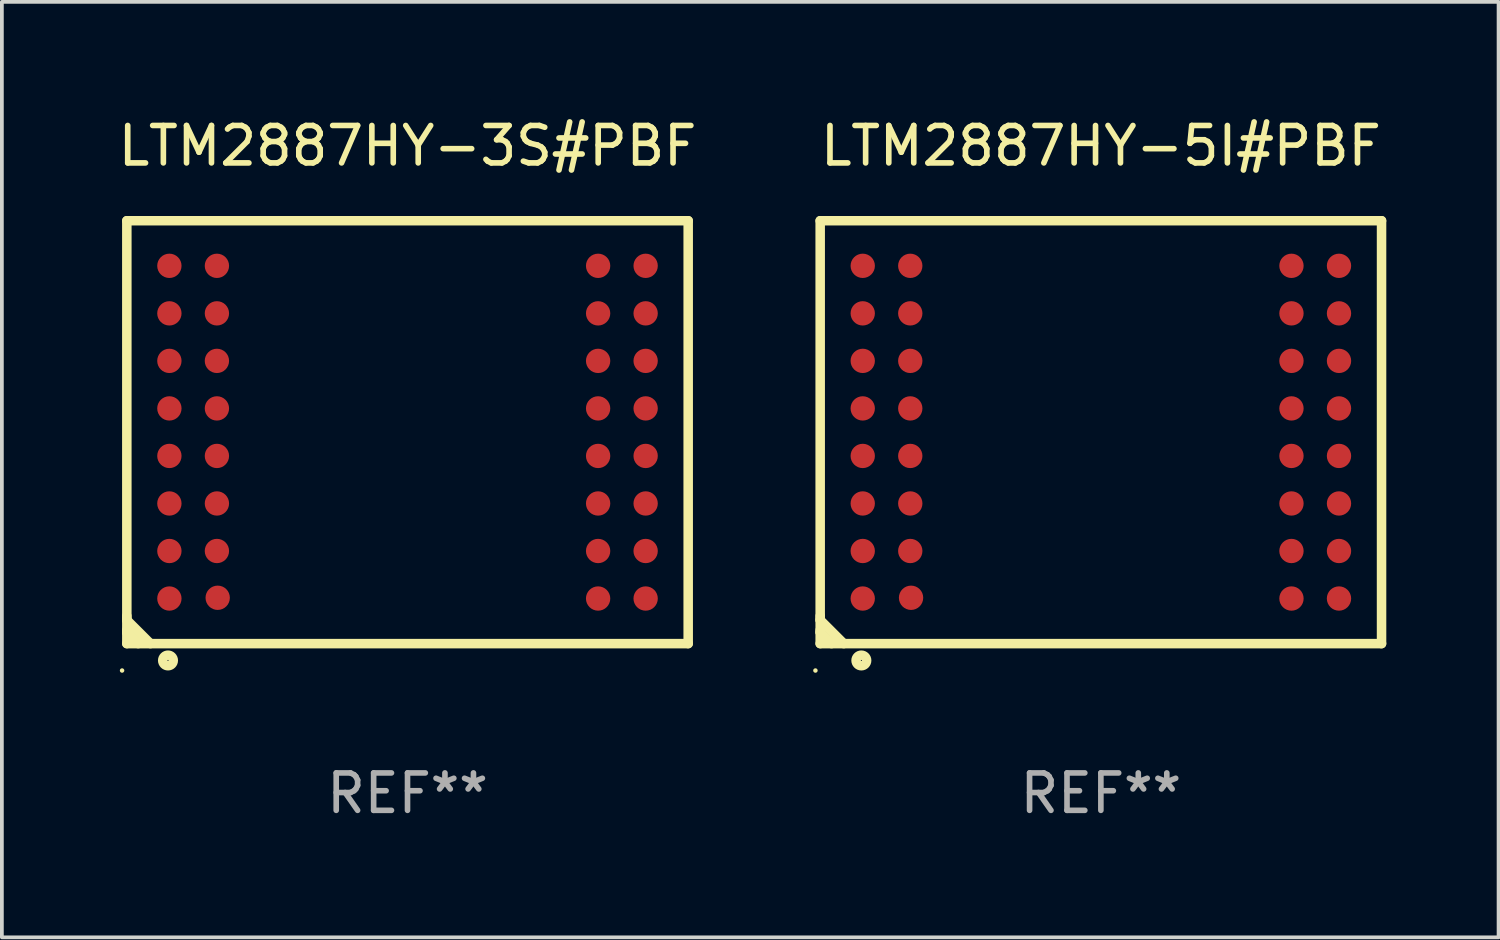
<source format=kicad_pcb>
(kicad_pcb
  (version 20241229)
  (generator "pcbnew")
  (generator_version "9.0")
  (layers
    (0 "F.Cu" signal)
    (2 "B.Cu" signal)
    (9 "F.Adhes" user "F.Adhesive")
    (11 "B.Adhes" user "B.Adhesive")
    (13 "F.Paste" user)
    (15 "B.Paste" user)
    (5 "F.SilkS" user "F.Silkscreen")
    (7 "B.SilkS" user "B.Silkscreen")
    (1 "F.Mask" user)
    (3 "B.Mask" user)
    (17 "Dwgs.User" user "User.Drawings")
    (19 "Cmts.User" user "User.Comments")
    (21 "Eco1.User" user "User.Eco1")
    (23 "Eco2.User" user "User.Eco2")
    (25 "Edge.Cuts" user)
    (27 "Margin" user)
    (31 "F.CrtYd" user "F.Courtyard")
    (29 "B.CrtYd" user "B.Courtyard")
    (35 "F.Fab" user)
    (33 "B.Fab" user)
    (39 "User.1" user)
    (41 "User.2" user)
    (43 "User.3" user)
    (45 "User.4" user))
  (footprint "LTM2887HY-3S#PBF"
    (layer "F.Cu")
    (at 7.839 8.498)
    (property "Reference" "LTM2887HY-3S#PBF" (at 0 -7.65 0) (layer "F.SilkS") (effects (font (size 1 1) (thickness 0.15))))
    (attr through_hole)
    (fp_line (start -7.5 -5.65) (end -7.5 5.65) (stroke (width 0.254) (type solid)) (layer "F.SilkS"))
    (fp_line (start -7.5 -5.65) (end 7.5 -5.65) (stroke (width 0.254) (type solid)) (layer "F.SilkS"))
    (fp_line (start -7.5 4.911) (end -7.5 5.02) (stroke (width 0.254) (type solid)) (layer "F.SilkS"))
    (fp_line (start -7.5 5.02) (end -6.87 5.65) (stroke (width 0.254) (type solid)) (layer "F.SilkS"))
    (fp_line (start -7.5 5.286) (end -7.5 5.347) (stroke (width 0.254) (type solid)) (layer "F.SilkS"))
    (fp_line (start -7.5 5.347) (end -7.197 5.65) (stroke (width 0.254) (type solid)) (layer "F.SilkS"))
    (fp_line (start -7.5 5.65) (end 7.5 5.65) (stroke (width 0.254) (type solid)) (layer "F.SilkS"))
    (fp_line (start 7.5 -5.65) (end 7.5 5.65) (stroke (width 0.254) (type solid)) (layer "F.SilkS"))
    (fp_circle (center -7.627 6.369) (end -7.597 6.369) (stroke (width 0.06) (type solid)) (fill no) (layer "F.SilkS"))
    (fp_circle (center -6.4 6.1) (end -6.259 6.1) (stroke (width 0.254) (type solid)) (fill no) (layer "F.SilkS"))
    (fp_text user "REF**" (at 0 9.65 0) (layer "F.Fab") (effects (font (size 1 1) (thickness 0.15))))
    (pad "A1" smd circle (at -6.363 4.445) (size 0.65 0.65) (layers "F.Cu" "F.Mask" "F.Paste"))
    (pad "A2" smd circle (at -6.363 3.175) (size 0.65 0.65) (layers "F.Cu" "F.Mask" "F.Paste"))
    (pad "A3" smd circle (at -6.363 1.905) (size 0.65 0.65) (layers "F.Cu" "F.Mask" "F.Paste"))
    (pad "A4" smd circle (at -6.363 0.635) (size 0.65 0.65) (layers "F.Cu" "F.Mask" "F.Paste"))
    (pad "A5" smd circle (at -6.363 -0.635) (size 0.65 0.65) (layers "F.Cu" "F.Mask" "F.Paste"))
    (pad "A6" smd circle (at -6.363 -1.905) (size 0.65 0.65) (layers "F.Cu" "F.Mask" "F.Paste"))
    (pad "A7" smd circle (at -6.363 -3.175) (size 0.65 0.65) (layers "F.Cu" "F.Mask" "F.Paste"))
    (pad "A8" smd circle (at -6.363 -4.445) (size 0.65 0.65) (layers "F.Cu" "F.Mask" "F.Paste"))
    (pad "B1" smd circle (at -5.072 4.425) (size 0.65 0.65) (layers "F.Cu" "F.Mask" "F.Paste"))
    (pad "B2" smd circle (at -5.093 3.175) (size 0.65 0.65) (layers "F.Cu" "F.Mask" "F.Paste"))
    (pad "B3" smd circle (at -5.093 1.905) (size 0.65 0.65) (layers "F.Cu" "F.Mask" "F.Paste"))
    (pad "B4" smd circle (at -5.093 0.635) (size 0.65 0.65) (layers "F.Cu" "F.Mask" "F.Paste"))
    (pad "B5" smd circle (at -5.093 -0.635) (size 0.65 0.65) (layers "F.Cu" "F.Mask" "F.Paste"))
    (pad "B6" smd circle (at -5.093 -1.905) (size 0.65 0.65) (layers "F.Cu" "F.Mask" "F.Paste"))
    (pad "B7" smd circle (at -5.093 -3.175) (size 0.65 0.65) (layers "F.Cu" "F.Mask" "F.Paste"))
    (pad "B8" smd circle (at -5.093 -4.445) (size 0.65 0.65) (layers "F.Cu" "F.Mask" "F.Paste"))
    (pad "K1" smd circle (at 5.093 4.445) (size 0.65 0.65) (layers "F.Cu" "F.Mask" "F.Paste"))
    (pad "K2" smd circle (at 5.093 3.175) (size 0.65 0.65) (layers "F.Cu" "F.Mask" "F.Paste"))
    (pad "K3" smd circle (at 5.093 1.905) (size 0.65 0.65) (layers "F.Cu" "F.Mask" "F.Paste"))
    (pad "K4" smd circle (at 5.093 0.635) (size 0.65 0.65) (layers "F.Cu" "F.Mask" "F.Paste"))
    (pad "K5" smd circle (at 5.093 -0.635) (size 0.65 0.65) (layers "F.Cu" "F.Mask" "F.Paste"))
    (pad "K6" smd circle (at 5.093 -1.905) (size 0.65 0.65) (layers "F.Cu" "F.Mask" "F.Paste"))
    (pad "K7" smd circle (at 5.093 -3.175) (size 0.65 0.65) (layers "F.Cu" "F.Mask" "F.Paste"))
    (pad "K8" smd circle (at 5.093 -4.445) (size 0.65 0.65) (layers "F.Cu" "F.Mask" "F.Paste"))
    (pad "L1" smd circle (at 6.363 4.445) (size 0.65 0.65) (layers "F.Cu" "F.Mask" "F.Paste"))
    (pad "L2" smd circle (at 6.363 3.175) (size 0.65 0.65) (layers "F.Cu" "F.Mask" "F.Paste"))
    (pad "L3" smd circle (at 6.363 1.905) (size 0.65 0.65) (layers "F.Cu" "F.Mask" "F.Paste"))
    (pad "L4" smd circle (at 6.363 0.635) (size 0.65 0.65) (layers "F.Cu" "F.Mask" "F.Paste"))
    (pad "L5" smd circle (at 6.363 -0.635) (size 0.65 0.65) (layers "F.Cu" "F.Mask" "F.Paste"))
    (pad "L6" smd circle (at 6.363 -1.905) (size 0.65 0.65) (layers "F.Cu" "F.Mask" "F.Paste"))
    (pad "L7" smd circle (at 6.363 -3.175) (size 0.65 0.65) (layers "F.Cu" "F.Mask" "F.Paste"))
    (pad "L8" smd circle (at 6.363 -4.445) (size 0.65 0.65) (layers "F.Cu" "F.Mask" "F.Paste")))
  (footprint "LTM2887HY-5I#PBF"
    (layer "F.Cu")
    (at 26.366 8.498)
    (property "Reference" "LTM2887HY-5I#PBF" (at 0 -7.65 0) (layer "F.SilkS") (effects (font (size 1 1) (thickness 0.15))))
    (attr through_hole)
    (fp_line (start -7.5 -5.65) (end -7.5 5.65) (stroke (width 0.254) (type solid)) (layer "F.SilkS"))
    (fp_line (start -7.5 -5.65) (end 7.5 -5.65) (stroke (width 0.254) (type solid)) (layer "F.SilkS"))
    (fp_line (start -7.5 4.911) (end -7.5 5.02) (stroke (width 0.254) (type solid)) (layer "F.SilkS"))
    (fp_line (start -7.5 5.02) (end -6.87 5.65) (stroke (width 0.254) (type solid)) (layer "F.SilkS"))
    (fp_line (start -7.5 5.286) (end -7.5 5.347) (stroke (width 0.254) (type solid)) (layer "F.SilkS"))
    (fp_line (start -7.5 5.347) (end -7.197 5.65) (stroke (width 0.254) (type solid)) (layer "F.SilkS"))
    (fp_line (start -7.5 5.65) (end 7.5 5.65) (stroke (width 0.254) (type solid)) (layer "F.SilkS"))
    (fp_line (start 7.5 -5.65) (end 7.5 5.65) (stroke (width 0.254) (type solid)) (layer "F.SilkS"))
    (fp_circle (center -7.627 6.369) (end -7.597 6.369) (stroke (width 0.06) (type solid)) (fill no) (layer "F.SilkS"))
    (fp_circle (center -6.4 6.1) (end -6.259 6.1) (stroke (width 0.254) (type solid)) (fill no) (layer "F.SilkS"))
    (fp_text user "REF**" (at 0 9.65 0) (layer "F.Fab") (effects (font (size 1 1) (thickness 0.15))))
    (pad "A1" smd circle (at -6.363 4.445) (size 0.65 0.65) (layers "F.Cu" "F.Mask" "F.Paste"))
    (pad "A2" smd circle (at -6.363 3.175) (size 0.65 0.65) (layers "F.Cu" "F.Mask" "F.Paste"))
    (pad "A3" smd circle (at -6.363 1.905) (size 0.65 0.65) (layers "F.Cu" "F.Mask" "F.Paste"))
    (pad "A4" smd circle (at -6.363 0.635) (size 0.65 0.65) (layers "F.Cu" "F.Mask" "F.Paste"))
    (pad "A5" smd circle (at -6.363 -0.635) (size 0.65 0.65) (layers "F.Cu" "F.Mask" "F.Paste"))
    (pad "A6" smd circle (at -6.363 -1.905) (size 0.65 0.65) (layers "F.Cu" "F.Mask" "F.Paste"))
    (pad "A7" smd circle (at -6.363 -3.175) (size 0.65 0.65) (layers "F.Cu" "F.Mask" "F.Paste"))
    (pad "A8" smd circle (at -6.363 -4.445) (size 0.65 0.65) (layers "F.Cu" "F.Mask" "F.Paste"))
    (pad "B1" smd circle (at -5.072 4.425) (size 0.65 0.65) (layers "F.Cu" "F.Mask" "F.Paste"))
    (pad "B2" smd circle (at -5.093 3.175) (size 0.65 0.65) (layers "F.Cu" "F.Mask" "F.Paste"))
    (pad "B3" smd circle (at -5.093 1.905) (size 0.65 0.65) (layers "F.Cu" "F.Mask" "F.Paste"))
    (pad "B4" smd circle (at -5.093 0.635) (size 0.65 0.65) (layers "F.Cu" "F.Mask" "F.Paste"))
    (pad "B5" smd circle (at -5.093 -0.635) (size 0.65 0.65) (layers "F.Cu" "F.Mask" "F.Paste"))
    (pad "B6" smd circle (at -5.093 -1.905) (size 0.65 0.65) (layers "F.Cu" "F.Mask" "F.Paste"))
    (pad "B7" smd circle (at -5.093 -3.175) (size 0.65 0.65) (layers "F.Cu" "F.Mask" "F.Paste"))
    (pad "B8" smd circle (at -5.093 -4.445) (size 0.65 0.65) (layers "F.Cu" "F.Mask" "F.Paste"))
    (pad "K1" smd circle (at 5.093 4.445) (size 0.65 0.65) (layers "F.Cu" "F.Mask" "F.Paste"))
    (pad "K2" smd circle (at 5.093 3.175) (size 0.65 0.65) (layers "F.Cu" "F.Mask" "F.Paste"))
    (pad "K3" smd circle (at 5.093 1.905) (size 0.65 0.65) (layers "F.Cu" "F.Mask" "F.Paste"))
    (pad "K4" smd circle (at 5.093 0.635) (size 0.65 0.65) (layers "F.Cu" "F.Mask" "F.Paste"))
    (pad "K5" smd circle (at 5.093 -0.635) (size 0.65 0.65) (layers "F.Cu" "F.Mask" "F.Paste"))
    (pad "K6" smd circle (at 5.093 -1.905) (size 0.65 0.65) (layers "F.Cu" "F.Mask" "F.Paste"))
    (pad "K7" smd circle (at 5.093 -3.175) (size 0.65 0.65) (layers "F.Cu" "F.Mask" "F.Paste"))
    (pad "K8" smd circle (at 5.093 -4.445) (size 0.65 0.65) (layers "F.Cu" "F.Mask" "F.Paste"))
    (pad "L1" smd circle (at 6.363 4.445) (size 0.65 0.65) (layers "F.Cu" "F.Mask" "F.Paste"))
    (pad "L2" smd circle (at 6.363 3.175) (size 0.65 0.65) (layers "F.Cu" "F.Mask" "F.Paste"))
    (pad "L3" smd circle (at 6.363 1.905) (size 0.65 0.65) (layers "F.Cu" "F.Mask" "F.Paste"))
    (pad "L4" smd circle (at 6.363 0.635) (size 0.65 0.65) (layers "F.Cu" "F.Mask" "F.Paste"))
    (pad "L5" smd circle (at 6.363 -0.635) (size 0.65 0.65) (layers "F.Cu" "F.Mask" "F.Paste"))
    (pad "L6" smd circle (at 6.363 -1.905) (size 0.65 0.65) (layers "F.Cu" "F.Mask" "F.Paste"))
    (pad "L7" smd circle (at 6.363 -3.175) (size 0.65 0.65) (layers "F.Cu" "F.Mask" "F.Paste"))
    (pad "L8" smd circle (at 6.363 -4.445) (size 0.65 0.65) (layers "F.Cu" "F.Mask" "F.Paste")))
  (gr_rect
    (start -3 -3)
    (end 36.993 21.997)
    (stroke (width 0.1) (type default))
    (fill no)
    (layer "Edge.Cuts")))
</source>
